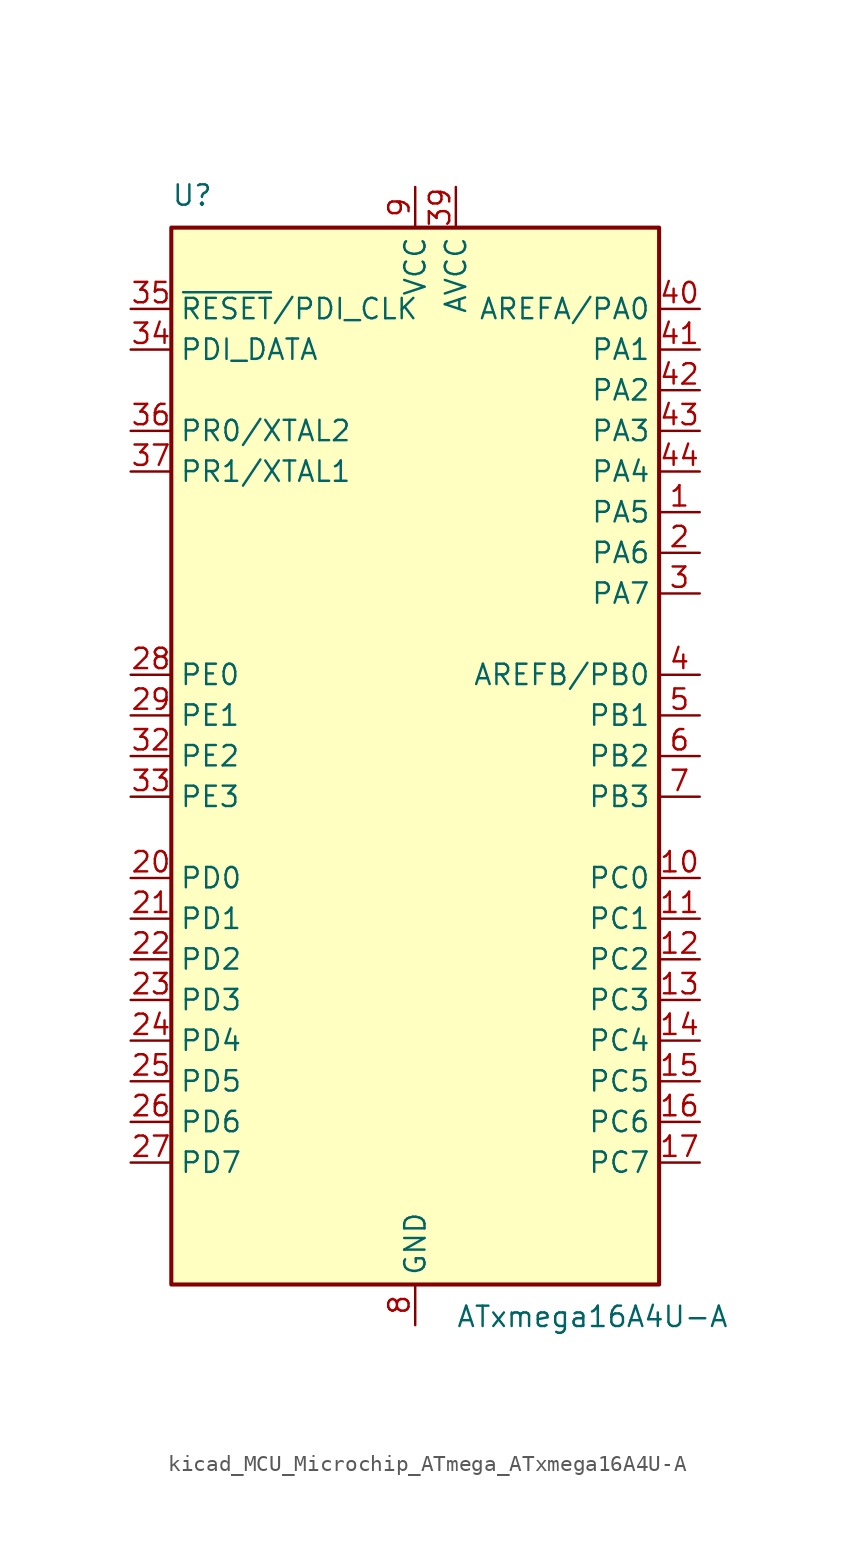
<source format=kicad_sym>
(kicad_symbol_lib
  (version 20220914)
  (generator kicad_symbol_editor)
  (symbol "kicad_MCU_Microchip_ATmega_ATxmega16A4U-A"
    (property "Reference" "U"
      (at -15.24 34.29 0)
      (effects (font (size 1.27 1.27)) (justify left bottom)))
    (property "Value" "ATxmega16A4U-A"
      (at 2.54 -34.29 0)
      (effects (font (size 1.27 1.27)) (justify left top)))
    (symbol "kicad_MCU_Microchip_ATmega_ATxmega16A4U-A_0_1"
      (rectangle (start -15.24 -33.02) (end 15.24 33.02) (stroke (width 0.254) (type default)) (fill (type background))))
    (symbol "kicad_MCU_Microchip_ATmega_ATxmega16A4U-A_1_1"
      (pin bidirectional line (at 17.78 15.24 180) (length 2.54) (name "PA5" (effects (font (size 1.27 1.27)))) (number "1" (effects (font (size 1.27 1.27)))))
      (pin bidirectional line (at 17.78 -7.62 180) (length 2.54) (name "PC0" (effects (font (size 1.27 1.27)))) (number "10" (effects (font (size 1.27 1.27)))))
      (pin bidirectional line (at 17.78 -10.16 180) (length 2.54) (name "PC1" (effects (font (size 1.27 1.27)))) (number "11" (effects (font (size 1.27 1.27)))))
      (pin bidirectional line (at 17.78 -12.7 180) (length 2.54) (name "PC2" (effects (font (size 1.27 1.27)))) (number "12" (effects (font (size 1.27 1.27)))))
      (pin bidirectional line (at 17.78 -15.24 180) (length 2.54) (name "PC3" (effects (font (size 1.27 1.27)))) (number "13" (effects (font (size 1.27 1.27)))))
      (pin bidirectional line (at 17.78 -17.78 180) (length 2.54) (name "PC4" (effects (font (size 1.27 1.27)))) (number "14" (effects (font (size 1.27 1.27)))))
      (pin bidirectional line (at 17.78 -20.32 180) (length 2.54) (name "PC5" (effects (font (size 1.27 1.27)))) (number "15" (effects (font (size 1.27 1.27)))))
      (pin bidirectional line (at 17.78 -22.86 180) (length 2.54) (name "PC6" (effects (font (size 1.27 1.27)))) (number "16" (effects (font (size 1.27 1.27)))))
      (pin bidirectional line (at 17.78 -25.4 180) (length 2.54) (name "PC7" (effects (font (size 1.27 1.27)))) (number "17" (effects (font (size 1.27 1.27)))))
      (pin passive line (at 0 -35.56 90) (length 2.54) hide (name "GND" (effects (font (size 1.27 1.27)))) (number "18" (effects (font (size 1.27 1.27)))))
      (pin passive line (at 0 35.56 270) (length 2.54) hide (name "VCC" (effects (font (size 1.27 1.27)))) (number "19" (effects (font (size 1.27 1.27)))))
      (pin bidirectional line (at 17.78 12.7 180) (length 2.54) (name "PA6" (effects (font (size 1.27 1.27)))) (number "2" (effects (font (size 1.27 1.27)))))
      (pin bidirectional line (at -17.78 -7.62 0) (length 2.54) (name "PD0" (effects (font (size 1.27 1.27)))) (number "20" (effects (font (size 1.27 1.27)))))
      (pin bidirectional line (at -17.78 -10.16 0) (length 2.54) (name "PD1" (effects (font (size 1.27 1.27)))) (number "21" (effects (font (size 1.27 1.27)))))
      (pin bidirectional line (at -17.78 -12.7 0) (length 2.54) (name "PD2" (effects (font (size 1.27 1.27)))) (number "22" (effects (font (size 1.27 1.27)))))
      (pin bidirectional line (at -17.78 -15.24 0) (length 2.54) (name "PD3" (effects (font (size 1.27 1.27)))) (number "23" (effects (font (size 1.27 1.27)))))
      (pin bidirectional line (at -17.78 -17.78 0) (length 2.54) (name "PD4" (effects (font (size 1.27 1.27)))) (number "24" (effects (font (size 1.27 1.27)))))
      (pin bidirectional line (at -17.78 -20.32 0) (length 2.54) (name "PD5" (effects (font (size 1.27 1.27)))) (number "25" (effects (font (size 1.27 1.27)))))
      (pin bidirectional line (at -17.78 -22.86 0) (length 2.54) (name "PD6" (effects (font (size 1.27 1.27)))) (number "26" (effects (font (size 1.27 1.27)))))
      (pin bidirectional line (at -17.78 -25.4 0) (length 2.54) (name "PD7" (effects (font (size 1.27 1.27)))) (number "27" (effects (font (size 1.27 1.27)))))
      (pin bidirectional line (at -17.78 5.08 0) (length 2.54) (name "PE0" (effects (font (size 1.27 1.27)))) (number "28" (effects (font (size 1.27 1.27)))))
      (pin bidirectional line (at -17.78 2.54 0) (length 2.54) (name "PE1" (effects (font (size 1.27 1.27)))) (number "29" (effects (font (size 1.27 1.27)))))
      (pin bidirectional line (at 17.78 10.16 180) (length 2.54) (name "PA7" (effects (font (size 1.27 1.27)))) (number "3" (effects (font (size 1.27 1.27)))))
      (pin passive line (at 0 -35.56 90) (length 2.54) hide (name "GND" (effects (font (size 1.27 1.27)))) (number "30" (effects (font (size 1.27 1.27)))))
      (pin passive line (at 0 35.56 270) (length 2.54) hide (name "VCC" (effects (font (size 1.27 1.27)))) (number "31" (effects (font (size 1.27 1.27)))))
      (pin bidirectional line (at -17.78 0 0) (length 2.54) (name "PE2" (effects (font (size 1.27 1.27)))) (number "32" (effects (font (size 1.27 1.27)))))
      (pin bidirectional line (at -17.78 -2.54 0) (length 2.54) (name "PE3" (effects (font (size 1.27 1.27)))) (number "33" (effects (font (size 1.27 1.27)))))
      (pin bidirectional line (at -17.78 25.4 0) (length 2.54) (name "PDI_DATA" (effects (font (size 1.27 1.27)))) (number "34" (effects (font (size 1.27 1.27)))))
      (pin input line (at -17.78 27.94 0) (length 2.54) (name "~{RESET}/PDI_CLK" (effects (font (size 1.27 1.27)))) (number "35" (effects (font (size 1.27 1.27)))))
      (pin bidirectional line (at -17.78 20.32 0) (length 2.54) (name "PR0/XTAL2" (effects (font (size 1.27 1.27)))) (number "36" (effects (font (size 1.27 1.27)))))
      (pin bidirectional line (at -17.78 17.78 0) (length 2.54) (name "PR1/XTAL1" (effects (font (size 1.27 1.27)))) (number "37" (effects (font (size 1.27 1.27)))))
      (pin passive line (at 0 -35.56 90) (length 2.54) hide (name "GND" (effects (font (size 1.27 1.27)))) (number "38" (effects (font (size 1.27 1.27)))))
      (pin power_in line (at 2.54 35.56 270) (length 2.54) (name "AVCC" (effects (font (size 1.27 1.27)))) (number "39" (effects (font (size 1.27 1.27)))))
      (pin bidirectional line (at 17.78 5.08 180) (length 2.54) (name "AREFB/PB0" (effects (font (size 1.27 1.27)))) (number "4" (effects (font (size 1.27 1.27)))))
      (pin bidirectional line (at 17.78 27.94 180) (length 2.54) (name "AREFA/PA0" (effects (font (size 1.27 1.27)))) (number "40" (effects (font (size 1.27 1.27)))))
      (pin bidirectional line (at 17.78 25.4 180) (length 2.54) (name "PA1" (effects (font (size 1.27 1.27)))) (number "41" (effects (font (size 1.27 1.27)))))
      (pin bidirectional line (at 17.78 22.86 180) (length 2.54) (name "PA2" (effects (font (size 1.27 1.27)))) (number "42" (effects (font (size 1.27 1.27)))))
      (pin bidirectional line (at 17.78 20.32 180) (length 2.54) (name "PA3" (effects (font (size 1.27 1.27)))) (number "43" (effects (font (size 1.27 1.27)))))
      (pin bidirectional line (at 17.78 17.78 180) (length 2.54) (name "PA4" (effects (font (size 1.27 1.27)))) (number "44" (effects (font (size 1.27 1.27)))))
      (pin bidirectional line (at 17.78 2.54 180) (length 2.54) (name "PB1" (effects (font (size 1.27 1.27)))) (number "5" (effects (font (size 1.27 1.27)))))
      (pin bidirectional line (at 17.78 0 180) (length 2.54) (name "PB2" (effects (font (size 1.27 1.27)))) (number "6" (effects (font (size 1.27 1.27)))))
      (pin bidirectional line (at 17.78 -2.54 180) (length 2.54) (name "PB3" (effects (font (size 1.27 1.27)))) (number "7" (effects (font (size 1.27 1.27)))))
      (pin power_in line (at 0 -35.56 90) (length 2.54) (name "GND" (effects (font (size 1.27 1.27)))) (number "8" (effects (font (size 1.27 1.27)))))
      (pin power_in line (at 0 35.56 270) (length 2.54) (name "VCC" (effects (font (size 1.27 1.27)))) (number "9" (effects (font (size 1.27 1.27))))))))
</source>
